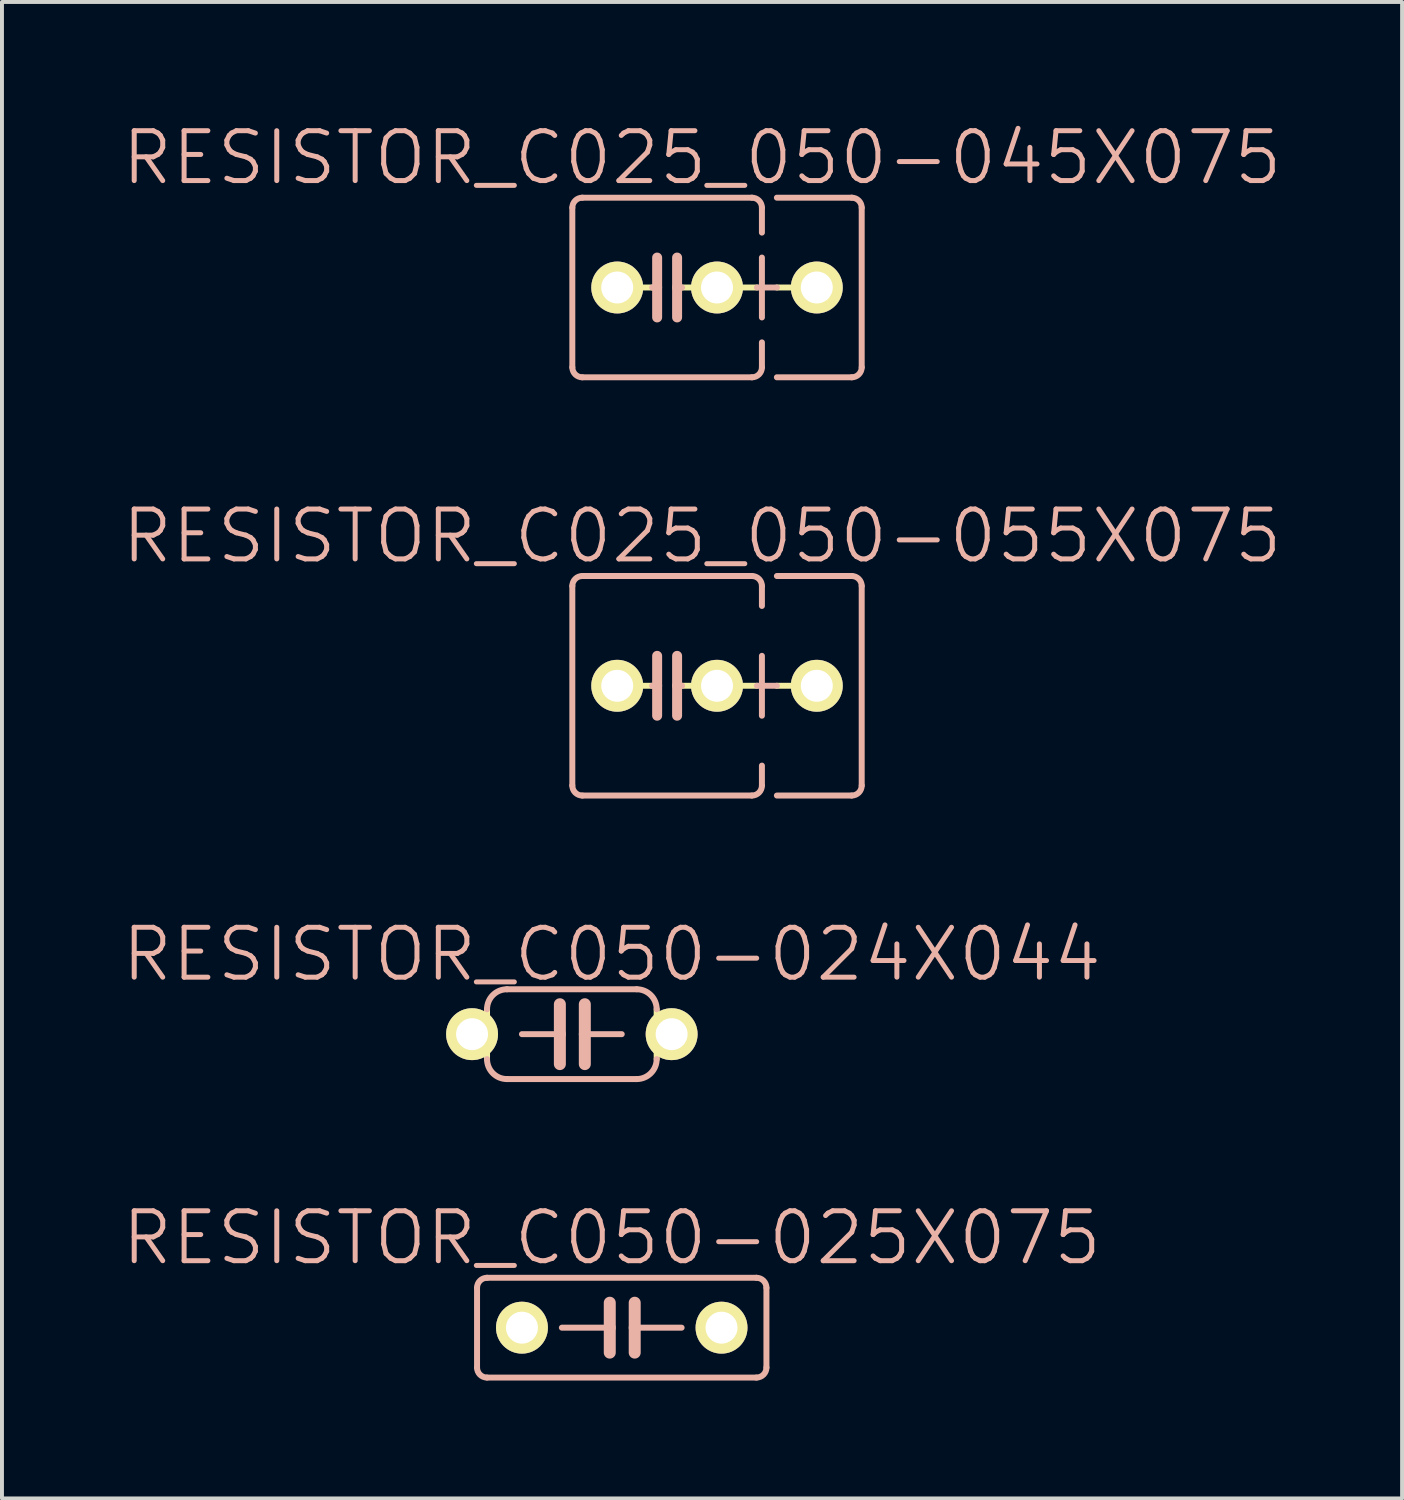
<source format=kicad_pcb>
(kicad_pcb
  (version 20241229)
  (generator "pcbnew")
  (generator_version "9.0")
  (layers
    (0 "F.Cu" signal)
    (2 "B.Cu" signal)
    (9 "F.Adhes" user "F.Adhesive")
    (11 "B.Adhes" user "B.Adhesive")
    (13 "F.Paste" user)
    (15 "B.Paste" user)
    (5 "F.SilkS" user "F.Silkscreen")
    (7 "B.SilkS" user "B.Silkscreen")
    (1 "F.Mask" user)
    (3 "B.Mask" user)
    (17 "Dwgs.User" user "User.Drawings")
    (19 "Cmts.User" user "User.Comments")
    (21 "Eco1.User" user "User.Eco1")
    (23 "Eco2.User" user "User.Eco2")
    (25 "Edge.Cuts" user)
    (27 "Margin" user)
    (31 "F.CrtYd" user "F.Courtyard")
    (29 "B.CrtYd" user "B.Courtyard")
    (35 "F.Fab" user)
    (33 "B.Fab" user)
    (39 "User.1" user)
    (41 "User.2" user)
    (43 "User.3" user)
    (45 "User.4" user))
  (footprint "RESISTOR_C050-025X075"
    (layer "F.Cu")
    (at 12.776 30.745)
    (property "Reference" "RESISTOR_C050-025X075" (at -0.254 -2.286 0) (layer "B.SilkS") (effects (font (size 1.27 1.27) (thickness 0.127))))
    (attr exclude_from_pos_files exclude_from_bom)
    (fp_line (start -3.683 -1.016) (end -3.683 1.016) (stroke (width 0.152) (type solid)) (layer "B.SilkS"))
    (fp_line (start -3.429 1.27) (end 3.429 1.27) (stroke (width 0.152) (type solid)) (layer "B.SilkS"))
    (fp_line (start -0.305 -0.635) (end -0.305 0) (stroke (width 0.305) (type solid)) (layer "B.SilkS"))
    (fp_line (start -0.305 0) (end -1.524 0) (stroke (width 0.152) (type solid)) (layer "B.SilkS"))
    (fp_line (start -0.305 0) (end -0.305 0.635) (stroke (width 0.305) (type solid)) (layer "B.SilkS"))
    (fp_line (start 0.33 -0.635) (end 0.33 0) (stroke (width 0.305) (type solid)) (layer "B.SilkS"))
    (fp_line (start 0.33 0) (end 0.33 0.635) (stroke (width 0.305) (type solid)) (layer "B.SilkS"))
    (fp_line (start 0.33 0) (end 1.524 0) (stroke (width 0.152) (type solid)) (layer "B.SilkS"))
    (fp_line (start 3.429 -1.27) (end -3.429 -1.27) (stroke (width 0.152) (type solid)) (layer "B.SilkS"))
    (fp_line (start 3.683 1.016) (end 3.683 -1.016) (stroke (width 0.152) (type solid)) (layer "B.SilkS"))
    (fp_arc (start -3.683 -1.016) (mid -3.608605 -1.195605) (end -3.429 -1.27) (stroke (width 0.1524) (type solid)) (layer "B.SilkS"))
    (fp_arc (start -3.429 1.27) (mid -3.608605 1.195605) (end -3.683 1.016) (stroke (width 0.1524) (type solid)) (layer "B.SilkS"))
    (fp_arc (start 3.429 -1.27) (mid 3.608605 -1.195605) (end 3.683 -1.016) (stroke (width 0.1524) (type solid)) (layer "B.SilkS"))
    (fp_arc (start 3.683 1.016) (mid 3.608605 1.195605) (end 3.429 1.27) (stroke (width 0.1524) (type solid)) (layer "B.SilkS"))
    (pad "1" thru_hole circle (at -2.54 0) (size 1.321 1.321) (drill 0.813) (layers "*.Cu" "F.Mask" "F.SilkS" "F.Paste"))
    (pad "2" thru_hole circle (at 2.54 0) (size 1.321 1.321) (drill 0.813) (layers "*.Cu" "F.Mask" "F.SilkS" "F.Paste")))
  (footprint "RESISTOR_C050-024X044"
    (layer "F.Cu")
    (at 11.506 23.274)
    (property "Reference" "RESISTOR_C050-024X044" (at 1.016 -2.032 0) (layer "B.SilkS") (effects (font (size 1.27 1.27) (thickness 0.127))))
    (attr exclude_from_pos_files exclude_from_bom)
    (fp_line (start -2.54 -0.381) (end -2.159 -0.381) (stroke (width 0.066) (type solid)) (layer "F.SilkS"))
    (fp_line (start -2.54 0.381) (end -2.54 -0.381) (stroke (width 0.066) (type solid)) (layer "F.SilkS"))
    (fp_line (start -2.54 0.381) (end -2.159 0.381) (stroke (width 0.066) (type solid)) (layer "F.SilkS"))
    (fp_line (start -2.159 0.381) (end -2.159 -0.381) (stroke (width 0.066) (type solid)) (layer "F.SilkS"))
    (fp_line (start -2.159 0.635) (end -2.159 -0.635) (stroke (width 0.152) (type solid)) (layer "F.SilkS"))
    (fp_line (start 2.159 -0.381) (end 2.54 -0.381) (stroke (width 0.066) (type solid)) (layer "F.SilkS"))
    (fp_line (start 2.159 0.381) (end 2.159 -0.381) (stroke (width 0.066) (type solid)) (layer "F.SilkS"))
    (fp_line (start 2.159 0.381) (end 2.54 0.381) (stroke (width 0.066) (type solid)) (layer "F.SilkS"))
    (fp_line (start 2.159 0.635) (end 2.159 -0.635) (stroke (width 0.152) (type solid)) (layer "F.SilkS"))
    (fp_line (start 2.54 0.381) (end 2.54 -0.381) (stroke (width 0.066) (type solid)) (layer "F.SilkS"))
    (fp_line (start -1.27 0) (end -0.305 0) (stroke (width 0.152) (type solid)) (layer "B.SilkS"))
    (fp_line (start -0.305 -0.762) (end -0.305 0) (stroke (width 0.305) (type solid)) (layer "B.SilkS"))
    (fp_line (start -0.305 0) (end -0.305 0.762) (stroke (width 0.305) (type solid)) (layer "B.SilkS"))
    (fp_line (start 0.33 -0.762) (end 0.33 0) (stroke (width 0.305) (type solid)) (layer "B.SilkS"))
    (fp_line (start 0.33 0) (end 0.33 0.762) (stroke (width 0.305) (type solid)) (layer "B.SilkS"))
    (fp_line (start 1.27 0) (end 0.33 0) (stroke (width 0.152) (type solid)) (layer "B.SilkS"))
    (fp_line (start 1.651 -1.143) (end -1.651 -1.143) (stroke (width 0.152) (type solid)) (layer "B.SilkS"))
    (fp_line (start 1.651 1.143) (end -1.651 1.143) (stroke (width 0.152) (type solid)) (layer "B.SilkS"))
    (fp_arc (start -2.159 -0.635) (mid -2.01021 -0.99421) (end -1.651 -1.143) (stroke (width 0.1524) (type solid)) (layer "B.SilkS"))
    (fp_arc (start -1.651 1.143) (mid -2.01021 0.99421) (end -2.159 0.635) (stroke (width 0.1524) (type solid)) (layer "B.SilkS"))
    (fp_arc (start 1.651 -1.143) (mid 2.01021 -0.99421) (end 2.159 -0.635) (stroke (width 0.1524) (type solid)) (layer "B.SilkS"))
    (fp_arc (start 2.159 0.635) (mid 2.01021 0.99421) (end 1.651 1.143) (stroke (width 0.1524) (type solid)) (layer "B.SilkS"))
    (pad "1" thru_hole circle (at -2.54 0) (size 1.321 1.321) (drill 0.813) (layers "*.Cu" "F.Mask" "F.SilkS" "F.Paste"))
    (pad "2" thru_hole circle (at 2.54 0) (size 1.321 1.321) (drill 0.813) (layers "*.Cu" "F.Mask" "F.SilkS" "F.Paste")))
  (footprint "RESISTOR_C025_050-055X075"
    (layer "F.Cu")
    (at 13.931 14.406)
    (property "Reference" "RESISTOR_C025_050-055X075" (at 0.889 -3.81 0) (layer "B.SilkS") (effects (font (size 1.27 1.27) (thickness 0.127))))
    (attr exclude_from_pos_files exclude_from_bom)
    (fp_line (start -0.381 0) (end -0.762 0) (stroke (width 0.152) (type solid)) (layer "F.SilkS"))
    (fp_line (start 0.381 0) (end 0.762 0) (stroke (width 0.152) (type solid)) (layer "F.SilkS"))
    (fp_line (start 1.778 0) (end 2.286 0) (stroke (width 0.152) (type solid)) (layer "F.SilkS"))
    (fp_line (start 2.794 0) (end 3.302 0) (stroke (width 0.152) (type solid)) (layer "F.SilkS"))
    (fp_line (start -2.413 -2.54) (end -2.413 2.54) (stroke (width 0.152) (type solid)) (layer "B.SilkS"))
    (fp_line (start -2.159 -2.794) (end 2.159 -2.794) (stroke (width 0.152) (type solid)) (layer "B.SilkS"))
    (fp_line (start -0.254 -0.762) (end -0.254 0) (stroke (width 0.254) (type solid)) (layer "B.SilkS"))
    (fp_line (start -0.254 0) (end -0.381 0) (stroke (width 0.152) (type solid)) (layer "B.SilkS"))
    (fp_line (start -0.254 0) (end -0.254 0.762) (stroke (width 0.254) (type solid)) (layer "B.SilkS"))
    (fp_line (start 0.254 0) (end 0.254 -0.762) (stroke (width 0.254) (type solid)) (layer "B.SilkS"))
    (fp_line (start 0.254 0) (end 0.254 0.762) (stroke (width 0.254) (type solid)) (layer "B.SilkS"))
    (fp_line (start 0.381 0) (end 0.254 0) (stroke (width 0.152) (type solid)) (layer "B.SilkS"))
    (fp_line (start 2.159 2.794) (end -2.159 2.794) (stroke (width 0.152) (type solid)) (layer "B.SilkS"))
    (fp_line (start 2.286 0) (end 2.794 0) (stroke (width 0.152) (type solid)) (layer "B.SilkS"))
    (fp_line (start 2.413 -2.54) (end 2.413 -2.032) (stroke (width 0.152) (type solid)) (layer "B.SilkS"))
    (fp_line (start 2.413 -0.762) (end 2.413 0.762) (stroke (width 0.152) (type solid)) (layer "B.SilkS"))
    (fp_line (start 2.413 2.032) (end 2.413 2.54) (stroke (width 0.152) (type solid)) (layer "B.SilkS"))
    (fp_line (start 2.794 -2.794) (end 4.699 -2.794) (stroke (width 0.152) (type solid)) (layer "B.SilkS"))
    (fp_line (start 4.699 2.794) (end 2.794 2.794) (stroke (width 0.152) (type solid)) (layer "B.SilkS"))
    (fp_line (start 4.953 -2.54) (end 4.953 2.54) (stroke (width 0.152) (type solid)) (layer "B.SilkS"))
    (fp_arc (start -2.413 -2.54) (mid -2.338605 -2.719605) (end -2.159 -2.794) (stroke (width 0.1524) (type solid)) (layer "B.SilkS"))
    (fp_arc (start -2.159 2.794) (mid -2.338605 2.719605) (end -2.413 2.54) (stroke (width 0.1524) (type solid)) (layer "B.SilkS"))
    (fp_arc (start 2.159 -2.794) (mid 2.338605 -2.719605) (end 2.413 -2.54) (stroke (width 0.1524) (type solid)) (layer "B.SilkS"))
    (fp_arc (start 2.413 2.54) (mid 2.338605 2.719605) (end 2.159 2.794) (stroke (width 0.1524) (type solid)) (layer "B.SilkS"))
    (fp_arc (start 4.699 -2.794) (mid 4.878605 -2.719605) (end 4.953 -2.54) (stroke (width 0.1524) (type solid)) (layer "B.SilkS"))
    (fp_arc (start 4.953 2.54) (mid 4.878605 2.719605) (end 4.699 2.794) (stroke (width 0.1524) (type solid)) (layer "B.SilkS"))
    (pad "1" thru_hole circle (at -1.27 0) (size 1.321 1.321) (drill 0.813) (layers "*.Cu" "F.Mask" "F.SilkS" "F.Paste"))
    (pad "2" thru_hole circle (at 1.27 0) (size 1.321 1.321) (drill 0.813) (layers "*.Cu" "F.Mask" "F.SilkS" "F.Paste"))
    (pad "3" thru_hole circle (at 3.81 0) (size 1.321 1.321) (drill 0.813) (layers "*.Cu" "F.Mask" "F.SilkS" "F.Paste")))
  (footprint "RESISTOR_C025_050-045X075"
    (layer "F.Cu")
    (at 13.931 4.268)
    (property "Reference" "RESISTOR_C025_050-045X075" (at 0.889 -3.302 0) (layer "B.SilkS") (effects (font (size 1.27 1.27) (thickness 0.127))))
    (attr exclude_from_pos_files exclude_from_bom)
    (fp_line (start -0.381 0) (end -0.762 0) (stroke (width 0.152) (type solid)) (layer "F.SilkS"))
    (fp_line (start 0.381 0) (end 0.762 0) (stroke (width 0.152) (type solid)) (layer "F.SilkS"))
    (fp_line (start 2.286 0) (end 1.778 0) (stroke (width 0.152) (type solid)) (layer "F.SilkS"))
    (fp_line (start 2.794 0) (end 3.302 0) (stroke (width 0.152) (type solid)) (layer "F.SilkS"))
    (fp_line (start -2.413 -2.032) (end -2.413 2.032) (stroke (width 0.152) (type solid)) (layer "B.SilkS"))
    (fp_line (start -2.159 -2.286) (end 2.159 -2.286) (stroke (width 0.152) (type solid)) (layer "B.SilkS"))
    (fp_line (start -0.254 -0.762) (end -0.254 0) (stroke (width 0.254) (type solid)) (layer "B.SilkS"))
    (fp_line (start -0.254 0) (end -0.381 0) (stroke (width 0.152) (type solid)) (layer "B.SilkS"))
    (fp_line (start -0.254 0) (end -0.254 0.762) (stroke (width 0.254) (type solid)) (layer "B.SilkS"))
    (fp_line (start 0.254 0) (end 0.254 -0.762) (stroke (width 0.254) (type solid)) (layer "B.SilkS"))
    (fp_line (start 0.254 0) (end 0.254 0.762) (stroke (width 0.254) (type solid)) (layer "B.SilkS"))
    (fp_line (start 0.381 0) (end 0.254 0) (stroke (width 0.152) (type solid)) (layer "B.SilkS"))
    (fp_line (start 2.159 2.286) (end -2.159 2.286) (stroke (width 0.152) (type solid)) (layer "B.SilkS"))
    (fp_line (start 2.286 0) (end 2.794 0) (stroke (width 0.152) (type solid)) (layer "B.SilkS"))
    (fp_line (start 2.413 -2.032) (end 2.413 -1.397) (stroke (width 0.152) (type solid)) (layer "B.SilkS"))
    (fp_line (start 2.413 -0.762) (end 2.413 0.762) (stroke (width 0.152) (type solid)) (layer "B.SilkS"))
    (fp_line (start 2.413 1.397) (end 2.413 2.032) (stroke (width 0.152) (type solid)) (layer "B.SilkS"))
    (fp_line (start 2.794 -2.286) (end 4.699 -2.286) (stroke (width 0.152) (type solid)) (layer "B.SilkS"))
    (fp_line (start 4.699 2.286) (end 2.794 2.286) (stroke (width 0.152) (type solid)) (layer "B.SilkS"))
    (fp_line (start 4.953 -2.032) (end 4.953 2.032) (stroke (width 0.152) (type solid)) (layer "B.SilkS"))
    (fp_arc (start -2.413 -2.032) (mid -2.338605 -2.211605) (end -2.159 -2.286) (stroke (width 0.1524) (type solid)) (layer "B.SilkS"))
    (fp_arc (start -2.159 2.286) (mid -2.338605 2.211605) (end -2.413 2.032) (stroke (width 0.1524) (type solid)) (layer "B.SilkS"))
    (fp_arc (start 2.159 -2.286) (mid 2.338605 -2.211605) (end 2.413 -2.032) (stroke (width 0.1524) (type solid)) (layer "B.SilkS"))
    (fp_arc (start 2.413 2.032) (mid 2.338605 2.211605) (end 2.159 2.286) (stroke (width 0.1524) (type solid)) (layer "B.SilkS"))
    (fp_arc (start 4.699 -2.286) (mid 4.878605 -2.211605) (end 4.953 -2.032) (stroke (width 0.1524) (type solid)) (layer "B.SilkS"))
    (fp_arc (start 4.953 2.032) (mid 4.878605 2.211605) (end 4.699 2.286) (stroke (width 0.1524) (type solid)) (layer "B.SilkS"))
    (pad "1" thru_hole circle (at -1.27 0) (size 1.321 1.321) (drill 0.813) (layers "*.Cu" "F.Mask" "F.SilkS" "F.Paste"))
    (pad "2" thru_hole circle (at 1.27 0) (size 1.321 1.321) (drill 0.813) (layers "*.Cu" "F.Mask" "F.SilkS" "F.Paste"))
    (pad "3" thru_hole circle (at 3.81 0) (size 1.321 1.321) (drill 0.813) (layers "*.Cu" "F.Mask" "F.SilkS" "F.Paste")))
  (gr_rect
    (start -3 -3)
    (end 32.639 35.091)
    (stroke (width 0.1) (type default))
    (fill no)
    (layer "Edge.Cuts")))
</source>
